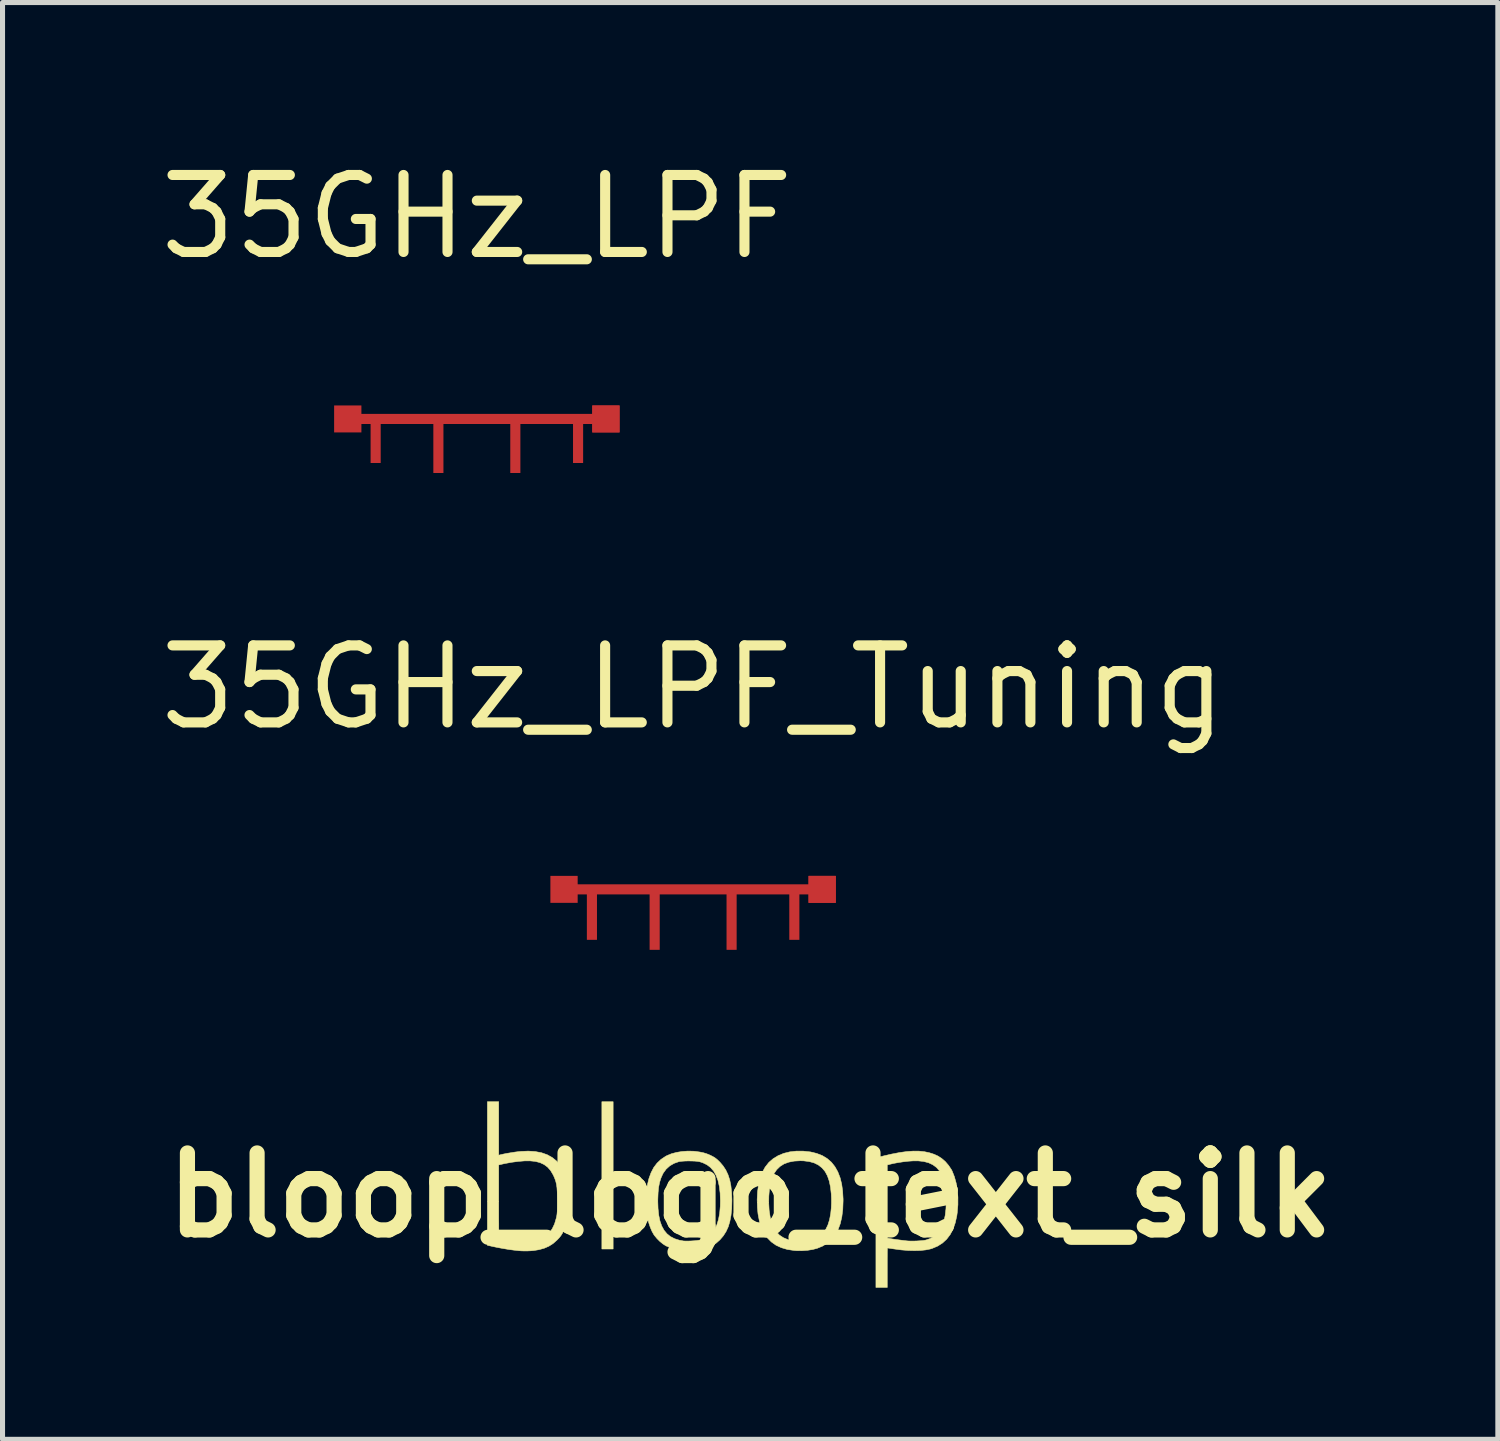
<source format=kicad_pcb>
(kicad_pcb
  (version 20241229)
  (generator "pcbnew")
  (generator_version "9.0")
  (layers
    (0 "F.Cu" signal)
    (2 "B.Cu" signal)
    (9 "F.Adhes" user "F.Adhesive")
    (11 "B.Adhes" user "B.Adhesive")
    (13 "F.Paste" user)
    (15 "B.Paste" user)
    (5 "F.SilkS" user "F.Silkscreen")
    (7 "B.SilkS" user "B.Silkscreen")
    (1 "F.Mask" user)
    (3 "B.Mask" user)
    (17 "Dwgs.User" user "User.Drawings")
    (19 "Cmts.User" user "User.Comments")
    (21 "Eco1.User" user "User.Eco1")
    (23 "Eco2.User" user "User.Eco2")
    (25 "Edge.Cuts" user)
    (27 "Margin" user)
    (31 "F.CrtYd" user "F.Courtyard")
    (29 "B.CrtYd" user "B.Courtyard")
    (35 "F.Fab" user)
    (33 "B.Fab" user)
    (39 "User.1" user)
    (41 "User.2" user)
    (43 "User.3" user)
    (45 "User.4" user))
  (footprint "35GHz_LPF_Tuning"
    (layer "F.Cu")
    (at 10.67 14.555)
    (property "Reference" "35GHz_LPF_Tuning" (at 0 -4 0) (layer "F.SilkS") (effects (font (size 1.524 1.524) (thickness 0.2))))
    (attr through_hole)
    (pad "1" smd custom (at -2.555 0) (size 0.54 0.533) (layers "F.Cu" "F.Mask") (options (anchor rect)) (primitives (gr_poly (pts (xy 0.652 0.999) (xy 0.452 0.999) (xy 0.452 0.872) (xy 0.452 0.1) (xy 0.27 0.1) (xy 0.27 0.267) (xy -0.27 0.267) (xy -0.27 -0.267) (xy 0.27 -0.267) (xy 0.27 -0.1) (xy 4.84 -0.1) (xy 4.84 -0.267) (xy 5.38 -0.267) (xy 5.38 0.267) (xy 4.84 0.267) (xy 4.84 0.1) (xy 4.659 0.1) (xy 4.659 0.872) (xy 4.659 0.999) (xy 4.459 0.999) (xy 4.459 0.872) (xy 4.459 0.1) (xy 3.417 0.1) (xy 3.417 1.07) (xy 3.417 1.197) (xy 3.217 1.197) (xy 3.217 1.07) (xy 3.217 0.1) (xy 1.894 0.1) (xy 1.894 1.07) (xy 1.894 1.197) (xy 1.694 1.197) (xy 1.694 1.07) (xy 1.694 0.1) (xy 0.652 0.1) (xy 0.652 0.872) (xy 0.652 0.999)) (width 0) (fill yes))))
    (pad "1" smd rect (at 2.555 0) (size 0.54 0.533) (layers "F.Cu" "F.Mask" "F.Paste")))
  (footprint "35GHz_LPF"
    (layer "F.Cu")
    (at 6.389 5.243)
    (property "Reference" "35GHz_LPF" (at 0 -4 0) (layer "F.SilkS") (effects (font (size 1.524 1.524) (thickness 0.2))))
    (attr through_hole)
    (pad "1" smd custom (at -2.555 0) (size 0.54 0.533) (layers "F.Cu" "F.Mask" "F.Paste") (options (anchor rect)) (primitives (gr_poly (pts (xy 5.38 0.267) (xy 5.38 -0.267) (xy 4.84 -0.267) (xy 4.84 -0.1) (xy 0.27 -0.1) (xy 0.27 -0.267) (xy -0.27 -0.267) (xy -0.27 0.267) (xy 0.27 0.267) (xy 0.27 0.1) (xy 0.452 0.1) (xy 0.452 0.872) (xy 0.652 0.872) (xy 0.652 0.1) (xy 1.694 0.1) (xy 1.694 1.07) (xy 1.894 1.07) (xy 1.894 0.1) (xy 3.217 0.1) (xy 3.217 1.07) (xy 3.417 1.07) (xy 3.417 0.1) (xy 4.459 0.1) (xy 4.459 0.872) (xy 4.659 0.872) (xy 4.659 0.1) (xy 4.84 0.1) (xy 4.84 0.267) (xy 5.38 0.267)) (width 0) (fill yes))))
    (pad "1" smd rect (at 2.555 0) (size 0.54 0.533) (layers "F.Cu" "F.Mask" "F.Paste")))
  (footprint "bloop_logo_text_silk"
    (layer "F.Cu")
    (at 11.8 20.607)
    (property "Reference" "bloop_logo_text_silk" (at 0 0 0) (layer "F.SilkS") (effects (font (size 1.524 1.524) (thickness 0.3))))
    (attr through_hole)
    (fp_poly (pts (xy -2.713 1.067) (xy -2.936 1.067) (xy -2.936 -1.849) (xy -2.713 -1.849) (xy -2.713 1.067)) (stroke (width 0.01) (type solid)) (fill yes) (layer "F.SilkS"))
    (fp_poly (pts (xy 3.343 -0.87) (xy 3.449 -0.859) (xy 3.548 -0.838) (xy 3.64 -0.808) (xy 3.713 -0.775) (xy 3.789 -0.727) (xy 3.862 -0.664) (xy 3.927 -0.588) (xy 3.982 -0.506) (xy 3.997 -0.478) (xy 4.042 -0.365) (xy 4.077 -0.239) (xy 4.101 -0.102) (xy 4.112 0.043) (xy 4.112 0.193) (xy 4.099 0.345) (xy 4.09 0.412) (xy 4.059 0.55) (xy 4.016 0.673) (xy 3.959 0.781) (xy 3.889 0.873) (xy 3.806 0.949) (xy 3.71 1.01) (xy 3.601 1.056) (xy 3.564 1.067) (xy 3.475 1.085) (xy 3.371 1.096) (xy 3.253 1.099) (xy 3.125 1.096) (xy 2.989 1.085) (xy 2.856 1.067) (xy 2.806 1.06) (xy 2.763 1.053) (xy 2.733 1.049) (xy 2.717 1.047) (xy 2.716 1.046) (xy 2.716 1.056) (xy 2.715 1.084) (xy 2.714 1.128) (xy 2.714 1.186) (xy 2.713 1.255) (xy 2.713 1.333) (xy 2.713 1.419) (xy 2.713 1.438) (xy 2.713 1.829) (xy 2.489 1.829) (xy 2.489 -0.597) (xy 2.713 -0.597) (xy 2.713 0.851) (xy 2.776 0.862) (xy 2.823 0.87) (xy 2.881 0.878) (xy 2.945 0.887) (xy 3.009 0.895) (xy 3.066 0.902) (xy 3.111 0.907) (xy 3.124 0.908) (xy 3.175 0.91) (xy 3.235 0.91) (xy 3.3 0.908) (xy 3.364 0.904) (xy 3.422 0.899) (xy 3.466 0.892) (xy 3.48 0.889) (xy 3.568 0.858) (xy 3.644 0.814) (xy 3.702 0.762) (xy 3.757 0.693) (xy 3.802 0.61) (xy 3.836 0.514) (xy 3.86 0.402) (xy 3.875 0.274) (xy 3.881 0.129) (xy 3.881 0.111) (xy 3.876 -0.04) (xy 3.861 -0.174) (xy 3.834 -0.292) (xy 3.797 -0.393) (xy 3.748 -0.478) (xy 3.688 -0.547) (xy 3.615 -0.601) (xy 3.53 -0.641) (xy 3.432 -0.666) (xy 3.321 -0.678) (xy 3.221 -0.677) (xy 3.133 -0.671) (xy 3.035 -0.66) (xy 2.936 -0.645) (xy 2.842 -0.628) (xy 2.778 -0.613) (xy 2.713 -0.597) (xy 2.489 -0.597) (xy 2.489 -0.738) (xy 2.639 -0.775) (xy 2.809 -0.814) (xy 2.962 -0.843) (xy 3.101 -0.862) (xy 3.228 -0.871) (xy 3.343 -0.87)) (stroke (width 0.01) (type solid)) (fill yes) (layer "F.SilkS"))
    (fp_poly (pts (xy 1.053 -0.87) (xy 1.192 -0.855) (xy 1.316 -0.825) (xy 1.427 -0.782) (xy 1.523 -0.724) (xy 1.607 -0.651) (xy 1.677 -0.563) (xy 1.735 -0.46) (xy 1.781 -0.34) (xy 1.781 -0.339) (xy 1.811 -0.218) (xy 1.83 -0.08) (xy 1.839 0.076) (xy 1.839 0.117) (xy 1.833 0.282) (xy 1.814 0.432) (xy 1.783 0.566) (xy 1.739 0.685) (xy 1.683 0.788) (xy 1.613 0.876) (xy 1.53 0.95) (xy 1.434 1.009) (xy 1.325 1.054) (xy 1.236 1.077) (xy 1.134 1.093) (xy 1.025 1.101) (xy 0.916 1.1) (xy 0.869 1.096) (xy 0.736 1.076) (xy 0.617 1.041) (xy 0.511 0.992) (xy 0.419 0.927) (xy 0.34 0.847) (xy 0.275 0.751) (xy 0.222 0.641) (xy 0.182 0.515) (xy 0.155 0.373) (xy 0.143 0.251) (xy 0.14 0.152) (xy 0.367 0.152) (xy 0.374 0.283) (xy 0.376 0.306) (xy 0.396 0.437) (xy 0.425 0.55) (xy 0.465 0.647) (xy 0.517 0.727) (xy 0.58 0.793) (xy 0.656 0.843) (xy 0.744 0.88) (xy 0.846 0.903) (xy 0.855 0.904) (xy 0.908 0.909) (xy 0.973 0.91) (xy 1.042 0.908) (xy 1.109 0.903) (xy 1.168 0.896) (xy 1.204 0.889) (xy 1.295 0.857) (xy 1.374 0.812) (xy 1.44 0.754) (xy 1.495 0.68) (xy 1.538 0.592) (xy 1.571 0.487) (xy 1.594 0.366) (xy 1.605 0.254) (xy 1.609 0.164) (xy 1.609 0.067) (xy 1.605 -0.02) (xy 1.59 -0.158) (xy 1.565 -0.277) (xy 1.529 -0.381) (xy 1.482 -0.468) (xy 1.422 -0.539) (xy 1.351 -0.595) (xy 1.267 -0.637) (xy 1.169 -0.664) (xy 1.058 -0.678) (xy 0.991 -0.68) (xy 0.869 -0.673) (xy 0.763 -0.652) (xy 0.67 -0.618) (xy 0.591 -0.568) (xy 0.525 -0.504) (xy 0.471 -0.425) (xy 0.458 -0.401) (xy 0.424 -0.315) (xy 0.398 -0.213) (xy 0.379 -0.1) (xy 0.369 0.023) (xy 0.367 0.152) (xy 0.14 0.152) (xy 0.138 0.087) (xy 0.146 -0.066) (xy 0.166 -0.209) (xy 0.198 -0.338) (xy 0.242 -0.454) (xy 0.297 -0.555) (xy 0.299 -0.557) (xy 0.369 -0.646) (xy 0.454 -0.72) (xy 0.552 -0.78) (xy 0.663 -0.826) (xy 0.784 -0.856) (xy 0.916 -0.871) (xy 1.053 -0.87)) (stroke (width 0.01) (type solid)) (fill yes) (layer "F.SilkS"))
    (fp_poly (pts (xy -4.978 -1.32) (xy -4.978 -0.79) (xy -4.95 -0.797) (xy -4.89 -0.811) (xy -4.815 -0.826) (xy -4.734 -0.839) (xy -4.653 -0.852) (xy -4.578 -0.861) (xy -4.547 -0.864) (xy -4.394 -0.871) (xy -4.255 -0.862) (xy -4.129 -0.838) (xy -4.016 -0.798) (xy -3.916 -0.742) (xy -3.829 -0.671) (xy -3.755 -0.585) (xy -3.694 -0.482) (xy -3.646 -0.364) (xy -3.611 -0.23) (xy -3.588 -0.081) (xy -3.58 0.03) (xy -3.579 0.2) (xy -3.593 0.357) (xy -3.62 0.502) (xy -3.661 0.634) (xy -3.694 0.711) (xy -3.721 0.762) (xy -3.748 0.804) (xy -3.78 0.844) (xy -3.822 0.888) (xy -3.824 0.89) (xy -3.901 0.958) (xy -3.984 1.011) (xy -4.075 1.051) (xy -4.179 1.08) (xy -4.281 1.097) (xy -4.335 1.102) (xy -4.4 1.105) (xy -4.467 1.106) (xy -4.529 1.104) (xy -4.577 1.101) (xy -4.601 1.098) (xy -4.638 1.094) (xy -4.683 1.089) (xy -4.704 1.086) (xy -4.768 1.078) (xy -4.845 1.065) (xy -4.932 1.05) (xy -5.021 1.033) (xy -5.108 1.015) (xy -5.128 1.01) (xy -5.202 0.994) (xy -5.202 -0.597) (xy -4.978 -0.597) (xy -4.978 0.128) (xy -4.978 0.247) (xy -4.978 0.361) (xy -4.978 0.466) (xy -4.977 0.562) (xy -4.977 0.648) (xy -4.976 0.72) (xy -4.976 0.779) (xy -4.975 0.821) (xy -4.974 0.847) (xy -4.974 0.853) (xy -4.962 0.855) (xy -4.935 0.859) (xy -4.895 0.865) (xy -4.848 0.873) (xy -4.841 0.874) (xy -4.698 0.894) (xy -4.565 0.906) (xy -4.443 0.91) (xy -4.335 0.906) (xy -4.243 0.894) (xy -4.217 0.889) (xy -4.124 0.857) (xy -4.044 0.81) (xy -3.975 0.746) (xy -3.918 0.666) (xy -3.872 0.569) (xy -3.839 0.457) (xy -3.831 0.424) (xy -3.826 0.392) (xy -3.822 0.358) (xy -3.819 0.319) (xy -3.817 0.271) (xy -3.816 0.211) (xy -3.816 0.134) (xy -3.816 0.117) (xy -3.817 0.013) (xy -3.82 -0.073) (xy -3.825 -0.146) (xy -3.834 -0.21) (xy -3.847 -0.266) (xy -3.865 -0.32) (xy -3.887 -0.373) (xy -3.902 -0.404) (xy -3.951 -0.486) (xy -4.009 -0.553) (xy -4.079 -0.605) (xy -4.16 -0.643) (xy -4.254 -0.667) (xy -4.363 -0.678) (xy -4.465 -0.677) (xy -4.59 -0.667) (xy -4.726 -0.649) (xy -4.866 -0.623) (xy -4.905 -0.614) (xy -4.978 -0.597) (xy -5.202 -0.597) (xy -5.202 -1.849) (xy -4.978 -1.849) (xy -4.978 -1.32)) (stroke (width 0.01) (type solid)) (fill yes) (layer "F.SilkS"))
    (fp_poly (pts (xy -1.126 -0.869) (xy -1.077 -0.864) (xy -0.993 -0.852) (xy -0.922 -0.837) (xy -0.858 -0.817) (xy -0.792 -0.79) (xy -0.772 -0.78) (xy -0.726 -0.756) (xy -0.687 -0.731) (xy -0.649 -0.7) (xy -0.605 -0.657) (xy -0.604 -0.657) (xy -0.538 -0.58) (xy -0.483 -0.497) (xy -0.439 -0.404) (xy -0.405 -0.301) (xy -0.382 -0.186) (xy -0.368 -0.056) (xy -0.362 0.091) (xy -0.362 0.117) (xy -0.366 0.268) (xy -0.38 0.403) (xy -0.403 0.523) (xy -0.435 0.629) (xy -0.479 0.724) (xy -0.533 0.808) (xy -0.599 0.885) (xy -0.599 0.885) (xy -0.675 0.952) (xy -0.757 1.005) (xy -0.848 1.045) (xy -0.95 1.074) (xy -1.068 1.093) (xy -1.104 1.097) (xy -1.152 1.101) (xy -1.191 1.104) (xy -1.218 1.106) (xy -1.229 1.106) (xy -1.241 1.105) (xy -1.268 1.102) (xy -1.306 1.099) (xy -1.331 1.096) (xy -1.419 1.084) (xy -1.509 1.064) (xy -1.594 1.036) (xy -1.667 1.005) (xy -1.671 1.003) (xy -1.728 0.966) (xy -1.788 0.917) (xy -1.845 0.86) (xy -1.894 0.801) (xy -1.91 0.778) (xy -1.944 0.717) (xy -1.976 0.642) (xy -2.005 0.558) (xy -2.029 0.472) (xy -2.039 0.423) (xy -2.048 0.361) (xy -2.054 0.283) (xy -2.057 0.196) (xy -2.058 0.117) (xy -1.829 0.117) (xy -1.824 0.266) (xy -1.81 0.398) (xy -1.786 0.513) (xy -1.751 0.612) (xy -1.705 0.696) (xy -1.648 0.765) (xy -1.579 0.821) (xy -1.497 0.863) (xy -1.403 0.893) (xy -1.321 0.908) (xy -1.282 0.91) (xy -1.229 0.91) (xy -1.168 0.908) (xy -1.107 0.904) (xy -1.05 0.898) (xy -1.005 0.891) (xy -0.997 0.889) (xy -0.906 0.859) (xy -0.827 0.814) (xy -0.76 0.754) (xy -0.704 0.68) (xy -0.66 0.589) (xy -0.627 0.483) (xy -0.604 0.36) (xy -0.592 0.22) (xy -0.59 0.112) (xy -0.595 -0.039) (xy -0.611 -0.172) (xy -0.637 -0.289) (xy -0.675 -0.39) (xy -0.723 -0.475) (xy -0.783 -0.545) (xy -0.855 -0.6) (xy -0.939 -0.641) (xy -1.006 -0.662) (xy -1.045 -0.668) (xy -1.1 -0.673) (xy -1.163 -0.675) (xy -1.23 -0.676) (xy -1.296 -0.674) (xy -1.354 -0.67) (xy -1.4 -0.664) (xy -1.412 -0.662) (xy -1.508 -0.628) (xy -1.592 -0.579) (xy -1.663 -0.515) (xy -1.72 -0.437) (xy -1.731 -0.417) (xy -1.766 -0.339) (xy -1.793 -0.254) (xy -1.812 -0.158) (xy -1.823 -0.049) (xy -1.828 0.076) (xy -1.829 0.117) (xy -2.058 0.117) (xy -2.058 0.105) (xy -2.056 0.014) (xy -2.052 -0.071) (xy -2.045 -0.145) (xy -2.038 -0.188) (xy -2.006 -0.323) (xy -1.963 -0.442) (xy -1.91 -0.545) (xy -1.844 -0.632) (xy -1.766 -0.706) (xy -1.675 -0.767) (xy -1.647 -0.782) (xy -1.56 -0.818) (xy -1.459 -0.845) (xy -1.35 -0.863) (xy -1.237 -0.871) (xy -1.126 -0.869)) (stroke (width 0.01) (type solid)) (fill yes) (layer "F.SilkS")))
  (gr_rect
    (start -3 -3)
    (end 26.6 25.441)
    (stroke (width 0.1) (type default))
    (fill no)
    (layer "Edge.Cuts")))
</source>
